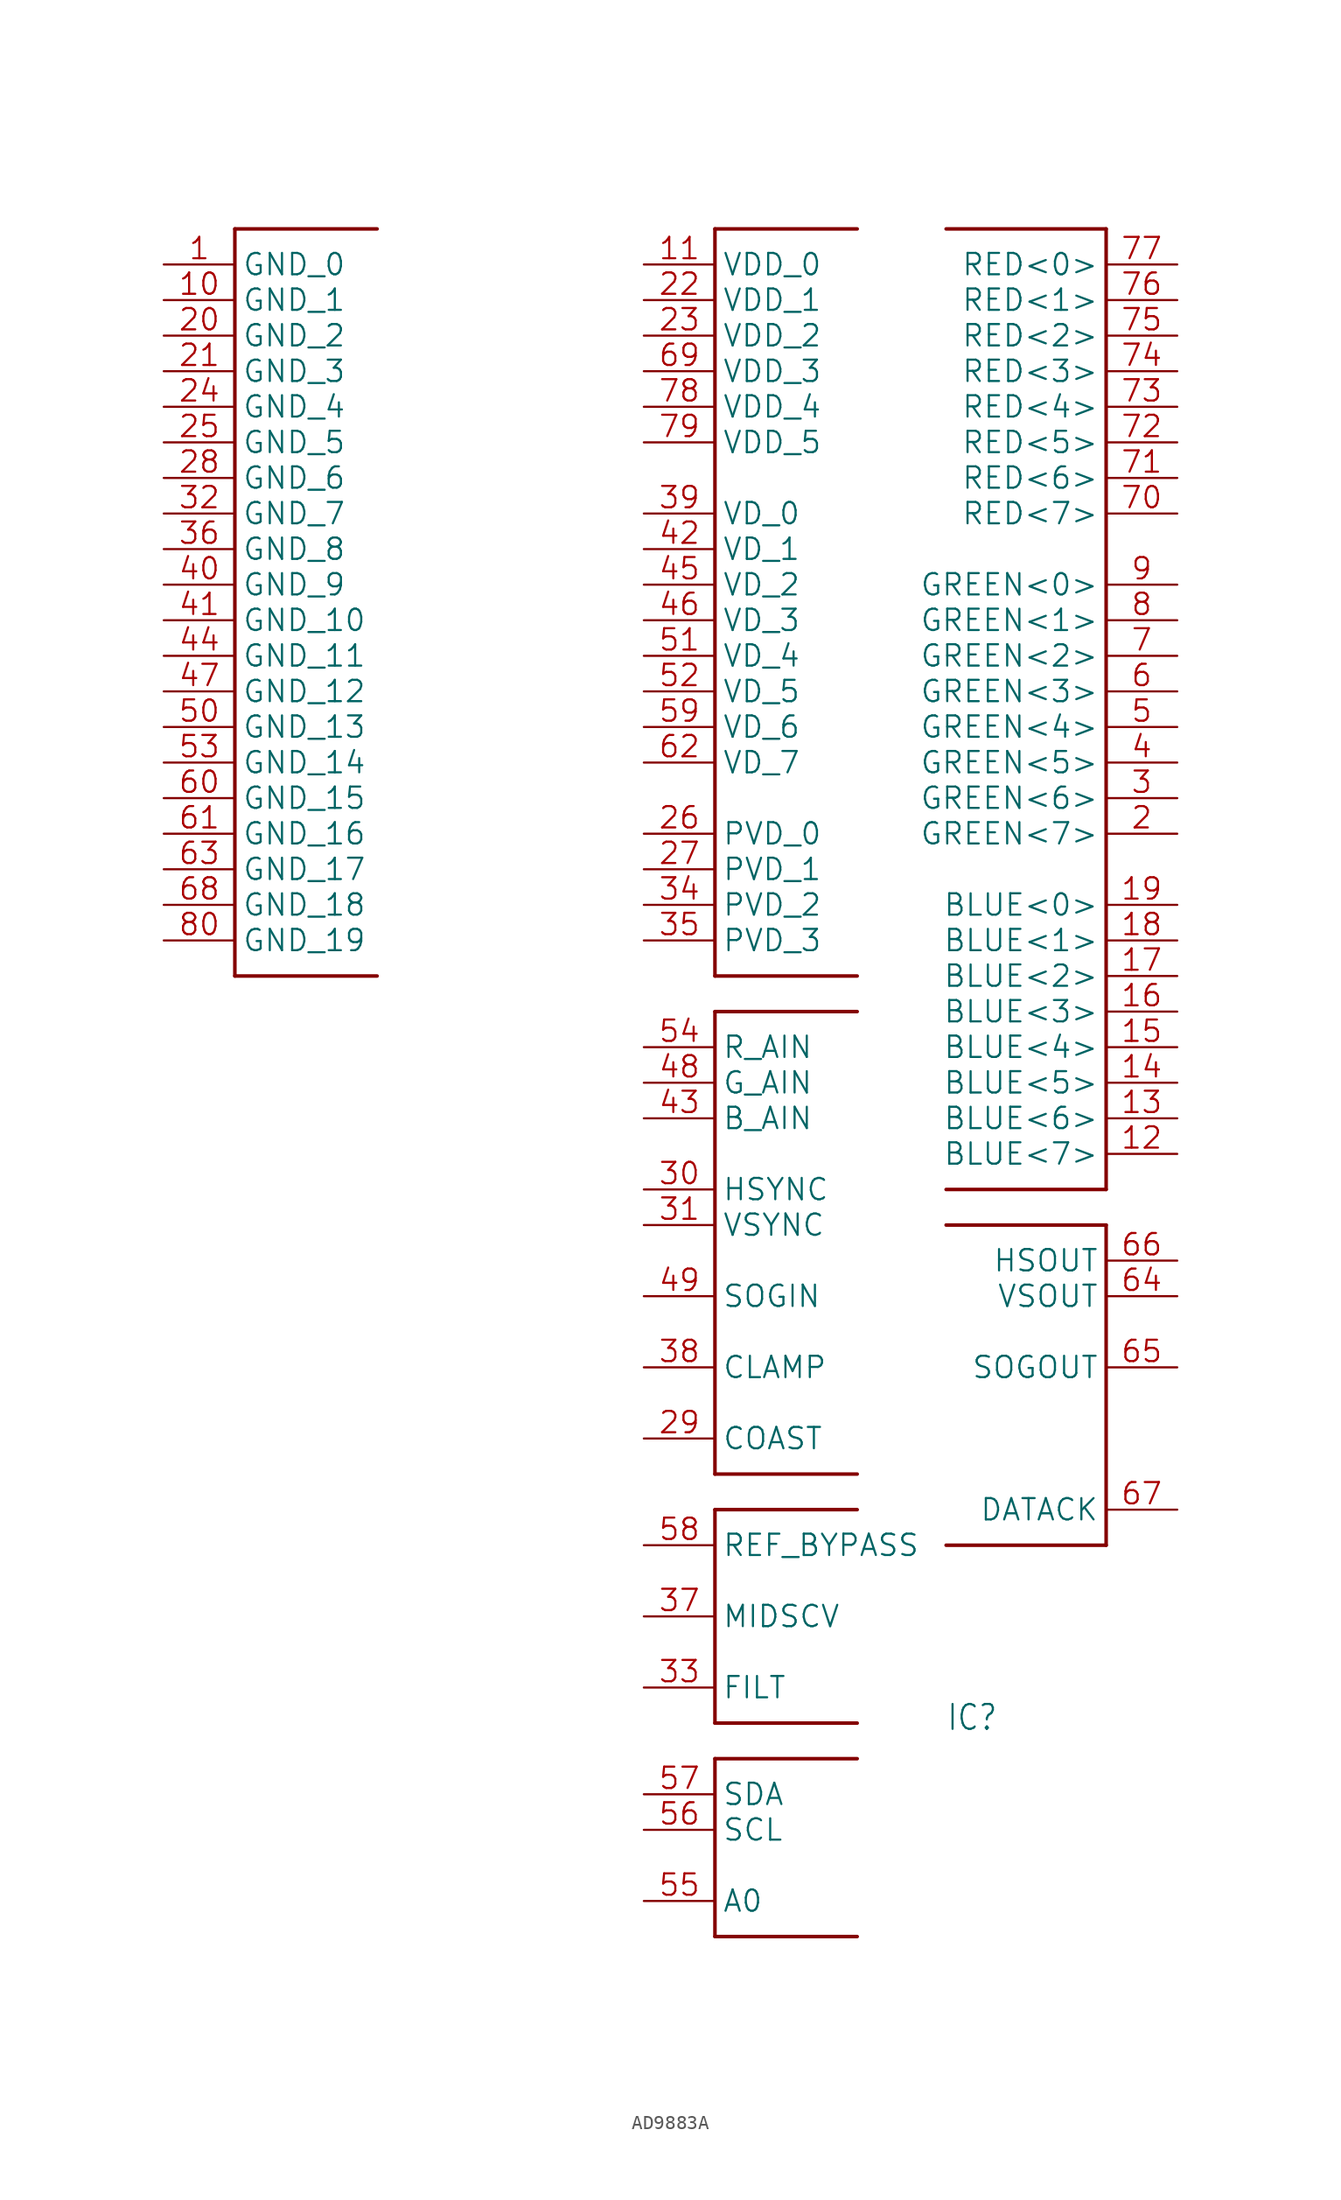
<source format=kicad_sym>
(kicad_symbol_lib
  (version 20241209)
  (generator "kicad_symbol_editor")
  (generator_version "9.0")
  (symbol "AD9883A"
    (property "Reference" "IC"
      (at 17.78 -56.515 0)
      (effects (font (size 1.778 1.511)) (justify left bottom)))
    (property "Value" ""
      (at 17.78 -58.42 0)
      (effects (font (size 1.778 1.511)) (justify left bottom)))
    (property "ki_locked" ""
      (at 0 0 0)
      (effects (font (size 1.27 1.27))))
    (symbol "AD9883A_1_0"
      (polyline (pts (xy -33.02 50.8) (xy -22.86 50.8)) (stroke (width 0.254) (type solid)) (fill (type none)))
      (polyline (pts (xy -33.02 -2.54) (xy -33.02 50.8)) (stroke (width 0.254) (type solid)) (fill (type none)))
      (polyline (pts (xy -22.86 -2.54) (xy -33.02 -2.54)) (stroke (width 0.254) (type solid)) (fill (type none)))
      (polyline (pts (xy 1.27 50.8) (xy 1.27 -2.54)) (stroke (width 0.254) (type solid)) (fill (type none)))
      (polyline (pts (xy 1.27 -2.54) (xy 11.43 -2.54)) (stroke (width 0.254) (type solid)) (fill (type none)))
      (polyline (pts (xy 1.27 -5.08) (xy 1.27 -38.1)) (stroke (width 0.254) (type solid)) (fill (type none)))
      (polyline (pts (xy 1.27 -38.1) (xy 11.43 -38.1)) (stroke (width 0.254) (type solid)) (fill (type none)))
      (polyline (pts (xy 1.27 -40.64) (xy 1.27 -55.88)) (stroke (width 0.254) (type solid)) (fill (type none)))
      (polyline (pts (xy 1.27 -55.88) (xy 11.43 -55.88)) (stroke (width 0.254) (type solid)) (fill (type none)))
      (polyline (pts (xy 1.27 -58.42) (xy 1.27 -71.12)) (stroke (width 0.254) (type solid)) (fill (type none)))
      (polyline (pts (xy 1.27 -71.12) (xy 11.43 -71.12)) (stroke (width 0.254) (type solid)) (fill (type none)))
      (polyline (pts (xy 11.43 50.8) (xy 1.27 50.8)) (stroke (width 0.254) (type solid)) (fill (type none)))
      (polyline (pts (xy 11.43 -5.08) (xy 1.27 -5.08)) (stroke (width 0.254) (type solid)) (fill (type none)))
      (polyline (pts (xy 11.43 -40.64) (xy 1.27 -40.64)) (stroke (width 0.254) (type solid)) (fill (type none)))
      (polyline (pts (xy 11.43 -58.42) (xy 1.27 -58.42)) (stroke (width 0.254) (type solid)) (fill (type none)))
      (polyline (pts (xy 17.78 50.8) (xy 29.21 50.8)) (stroke (width 0.254) (type solid)) (fill (type none)))
      (polyline (pts (xy 17.78 -20.32) (xy 29.21 -20.32)) (stroke (width 0.254) (type solid)) (fill (type none)))
      (polyline (pts (xy 29.21 50.8) (xy 29.21 -17.78)) (stroke (width 0.254) (type solid)) (fill (type none)))
      (polyline (pts (xy 29.21 -17.78) (xy 17.78 -17.78)) (stroke (width 0.254) (type solid)) (fill (type none)))
      (polyline (pts (xy 29.21 -20.32) (xy 29.21 -43.18)) (stroke (width 0.254) (type solid)) (fill (type none)))
      (polyline (pts (xy 29.21 -43.18) (xy 17.78 -43.18)) (stroke (width 0.254) (type solid)) (fill (type none)))
      (pin bidirectional line (at -38.1 48.26 0) (length 5.08) (name "GND_0" (effects (font (size 1.524 1.524)))) (number "1" (effects (font (size 1.524 1.524)))))
      (pin bidirectional line (at -38.1 45.72 0) (length 5.08) (name "GND_1" (effects (font (size 1.524 1.524)))) (number "10" (effects (font (size 1.524 1.524)))))
      (pin bidirectional line (at -38.1 43.18 0) (length 5.08) (name "GND_2" (effects (font (size 1.524 1.524)))) (number "20" (effects (font (size 1.524 1.524)))))
      (pin bidirectional line (at -38.1 40.64 0) (length 5.08) (name "GND_3" (effects (font (size 1.524 1.524)))) (number "21" (effects (font (size 1.524 1.524)))))
      (pin bidirectional line (at -38.1 38.1 0) (length 5.08) (name "GND_4" (effects (font (size 1.524 1.524)))) (number "24" (effects (font (size 1.524 1.524)))))
      (pin bidirectional line (at -38.1 35.56 0) (length 5.08) (name "GND_5" (effects (font (size 1.524 1.524)))) (number "25" (effects (font (size 1.524 1.524)))))
      (pin bidirectional line (at -38.1 33.02 0) (length 5.08) (name "GND_6" (effects (font (size 1.524 1.524)))) (number "28" (effects (font (size 1.524 1.524)))))
      (pin bidirectional line (at -38.1 30.48 0) (length 5.08) (name "GND_7" (effects (font (size 1.524 1.524)))) (number "32" (effects (font (size 1.524 1.524)))))
      (pin bidirectional line (at -38.1 27.94 0) (length 5.08) (name "GND_8" (effects (font (size 1.524 1.524)))) (number "36" (effects (font (size 1.524 1.524)))))
      (pin bidirectional line (at -38.1 25.4 0) (length 5.08) (name "GND_9" (effects (font (size 1.524 1.524)))) (number "40" (effects (font (size 1.524 1.524)))))
      (pin bidirectional line (at -38.1 22.86 0) (length 5.08) (name "GND_10" (effects (font (size 1.524 1.524)))) (number "41" (effects (font (size 1.524 1.524)))))
      (pin bidirectional line (at -38.1 20.32 0) (length 5.08) (name "GND_11" (effects (font (size 1.524 1.524)))) (number "44" (effects (font (size 1.524 1.524)))))
      (pin bidirectional line (at -38.1 17.78 0) (length 5.08) (name "GND_12" (effects (font (size 1.524 1.524)))) (number "47" (effects (font (size 1.524 1.524)))))
      (pin bidirectional line (at -38.1 15.24 0) (length 5.08) (name "GND_13" (effects (font (size 1.524 1.524)))) (number "50" (effects (font (size 1.524 1.524)))))
      (pin bidirectional line (at -38.1 12.7 0) (length 5.08) (name "GND_14" (effects (font (size 1.524 1.524)))) (number "53" (effects (font (size 1.524 1.524)))))
      (pin bidirectional line (at -38.1 10.16 0) (length 5.08) (name "GND_15" (effects (font (size 1.524 1.524)))) (number "60" (effects (font (size 1.524 1.524)))))
      (pin bidirectional line (at -38.1 7.62 0) (length 5.08) (name "GND_16" (effects (font (size 1.524 1.524)))) (number "61" (effects (font (size 1.524 1.524)))))
      (pin bidirectional line (at -38.1 5.08 0) (length 5.08) (name "GND_17" (effects (font (size 1.524 1.524)))) (number "63" (effects (font (size 1.524 1.524)))))
      (pin bidirectional line (at -38.1 2.54 0) (length 5.08) (name "GND_18" (effects (font (size 1.524 1.524)))) (number "68" (effects (font (size 1.524 1.524)))))
      (pin bidirectional line (at -38.1 0 0) (length 5.08) (name "GND_19" (effects (font (size 1.524 1.524)))) (number "80" (effects (font (size 1.524 1.524)))))
      (pin bidirectional line (at -3.81 48.26 0) (length 5.08) (name "VDD_0" (effects (font (size 1.524 1.524)))) (number "11" (effects (font (size 1.524 1.524)))))
      (pin bidirectional line (at -3.81 45.72 0) (length 5.08) (name "VDD_1" (effects (font (size 1.524 1.524)))) (number "22" (effects (font (size 1.524 1.524)))))
      (pin bidirectional line (at -3.81 43.18 0) (length 5.08) (name "VDD_2" (effects (font (size 1.524 1.524)))) (number "23" (effects (font (size 1.524 1.524)))))
      (pin bidirectional line (at -3.81 40.64 0) (length 5.08) (name "VDD_3" (effects (font (size 1.524 1.524)))) (number "69" (effects (font (size 1.524 1.524)))))
      (pin bidirectional line (at -3.81 38.1 0) (length 5.08) (name "VDD_4" (effects (font (size 1.524 1.524)))) (number "78" (effects (font (size 1.524 1.524)))))
      (pin bidirectional line (at -3.81 35.56 0) (length 5.08) (name "VDD_5" (effects (font (size 1.524 1.524)))) (number "79" (effects (font (size 1.524 1.524)))))
      (pin bidirectional line (at -3.81 30.48 0) (length 5.08) (name "VD_0" (effects (font (size 1.524 1.524)))) (number "39" (effects (font (size 1.524 1.524)))))
      (pin bidirectional line (at -3.81 27.94 0) (length 5.08) (name "VD_1" (effects (font (size 1.524 1.524)))) (number "42" (effects (font (size 1.524 1.524)))))
      (pin bidirectional line (at -3.81 25.4 0) (length 5.08) (name "VD_2" (effects (font (size 1.524 1.524)))) (number "45" (effects (font (size 1.524 1.524)))))
      (pin bidirectional line (at -3.81 22.86 0) (length 5.08) (name "VD_3" (effects (font (size 1.524 1.524)))) (number "46" (effects (font (size 1.524 1.524)))))
      (pin bidirectional line (at -3.81 20.32 0) (length 5.08) (name "VD_4" (effects (font (size 1.524 1.524)))) (number "51" (effects (font (size 1.524 1.524)))))
      (pin bidirectional line (at -3.81 17.78 0) (length 5.08) (name "VD_5" (effects (font (size 1.524 1.524)))) (number "52" (effects (font (size 1.524 1.524)))))
      (pin bidirectional line (at -3.81 15.24 0) (length 5.08) (name "VD_6" (effects (font (size 1.524 1.524)))) (number "59" (effects (font (size 1.524 1.524)))))
      (pin bidirectional line (at -3.81 12.7 0) (length 5.08) (name "VD_7" (effects (font (size 1.524 1.524)))) (number "62" (effects (font (size 1.524 1.524)))))
      (pin bidirectional line (at -3.81 7.62 0) (length 5.08) (name "PVD_0" (effects (font (size 1.524 1.524)))) (number "26" (effects (font (size 1.524 1.524)))))
      (pin bidirectional line (at -3.81 5.08 0) (length 5.08) (name "PVD_1" (effects (font (size 1.524 1.524)))) (number "27" (effects (font (size 1.524 1.524)))))
      (pin bidirectional line (at -3.81 2.54 0) (length 5.08) (name "PVD_2" (effects (font (size 1.524 1.524)))) (number "34" (effects (font (size 1.524 1.524)))))
      (pin bidirectional line (at -3.81 0 0) (length 5.08) (name "PVD_3" (effects (font (size 1.524 1.524)))) (number "35" (effects (font (size 1.524 1.524)))))
      (pin bidirectional line (at -3.81 -7.62 0) (length 5.08) (name "R_AIN" (effects (font (size 1.524 1.524)))) (number "54" (effects (font (size 1.524 1.524)))))
      (pin bidirectional line (at -3.81 -10.16 0) (length 5.08) (name "G_AIN" (effects (font (size 1.524 1.524)))) (number "48" (effects (font (size 1.524 1.524)))))
      (pin bidirectional line (at -3.81 -12.7 0) (length 5.08) (name "B_AIN" (effects (font (size 1.524 1.524)))) (number "43" (effects (font (size 1.524 1.524)))))
      (pin bidirectional line (at -3.81 -17.78 0) (length 5.08) (name "HSYNC" (effects (font (size 1.524 1.524)))) (number "30" (effects (font (size 1.524 1.524)))))
      (pin bidirectional line (at -3.81 -20.32 0) (length 5.08) (name "VSYNC" (effects (font (size 1.524 1.524)))) (number "31" (effects (font (size 1.524 1.524)))))
      (pin bidirectional line (at -3.81 -25.4 0) (length 5.08) (name "SOGIN" (effects (font (size 1.524 1.524)))) (number "49" (effects (font (size 1.524 1.524)))))
      (pin bidirectional line (at -3.81 -30.48 0) (length 5.08) (name "CLAMP" (effects (font (size 1.524 1.524)))) (number "38" (effects (font (size 1.524 1.524)))))
      (pin bidirectional line (at -3.81 -35.56 0) (length 5.08) (name "COAST" (effects (font (size 1.524 1.524)))) (number "29" (effects (font (size 1.524 1.524)))))
      (pin bidirectional line (at -3.81 -43.18 0) (length 5.08) (name "REF_BYPASS" (effects (font (size 1.524 1.524)))) (number "58" (effects (font (size 1.524 1.524)))))
      (pin bidirectional line (at -3.81 -48.26 0) (length 5.08) (name "MIDSCV" (effects (font (size 1.524 1.524)))) (number "37" (effects (font (size 1.524 1.524)))))
      (pin bidirectional line (at -3.81 -53.34 0) (length 5.08) (name "FILT" (effects (font (size 1.524 1.524)))) (number "33" (effects (font (size 1.524 1.524)))))
      (pin bidirectional line (at -3.81 -60.96 0) (length 5.08) (name "SDA" (effects (font (size 1.524 1.524)))) (number "57" (effects (font (size 1.524 1.524)))))
      (pin bidirectional line (at -3.81 -63.5 0) (length 5.08) (name "SCL" (effects (font (size 1.524 1.524)))) (number "56" (effects (font (size 1.524 1.524)))))
      (pin bidirectional line (at -3.81 -68.58 0) (length 5.08) (name "A0" (effects (font (size 1.524 1.524)))) (number "55" (effects (font (size 1.524 1.524)))))
      (pin bidirectional line (at 34.29 48.26 180) (length 5.08) (name "RED<0>" (effects (font (size 1.524 1.524)))) (number "77" (effects (font (size 1.524 1.524)))))
      (pin bidirectional line (at 34.29 45.72 180) (length 5.08) (name "RED<1>" (effects (font (size 1.524 1.524)))) (number "76" (effects (font (size 1.524 1.524)))))
      (pin bidirectional line (at 34.29 43.18 180) (length 5.08) (name "RED<2>" (effects (font (size 1.524 1.524)))) (number "75" (effects (font (size 1.524 1.524)))))
      (pin bidirectional line (at 34.29 40.64 180) (length 5.08) (name "RED<3>" (effects (font (size 1.524 1.524)))) (number "74" (effects (font (size 1.524 1.524)))))
      (pin bidirectional line (at 34.29 38.1 180) (length 5.08) (name "RED<4>" (effects (font (size 1.524 1.524)))) (number "73" (effects (font (size 1.524 1.524)))))
      (pin bidirectional line (at 34.29 35.56 180) (length 5.08) (name "RED<5>" (effects (font (size 1.524 1.524)))) (number "72" (effects (font (size 1.524 1.524)))))
      (pin bidirectional line (at 34.29 33.02 180) (length 5.08) (name "RED<6>" (effects (font (size 1.524 1.524)))) (number "71" (effects (font (size 1.524 1.524)))))
      (pin bidirectional line (at 34.29 30.48 180) (length 5.08) (name "RED<7>" (effects (font (size 1.524 1.524)))) (number "70" (effects (font (size 1.524 1.524)))))
      (pin bidirectional line (at 34.29 25.4 180) (length 5.08) (name "GREEN<0>" (effects (font (size 1.524 1.524)))) (number "9" (effects (font (size 1.524 1.524)))))
      (pin bidirectional line (at 34.29 22.86 180) (length 5.08) (name "GREEN<1>" (effects (font (size 1.524 1.524)))) (number "8" (effects (font (size 1.524 1.524)))))
      (pin bidirectional line (at 34.29 20.32 180) (length 5.08) (name "GREEN<2>" (effects (font (size 1.524 1.524)))) (number "7" (effects (font (size 1.524 1.524)))))
      (pin bidirectional line (at 34.29 17.78 180) (length 5.08) (name "GREEN<3>" (effects (font (size 1.524 1.524)))) (number "6" (effects (font (size 1.524 1.524)))))
      (pin bidirectional line (at 34.29 15.24 180) (length 5.08) (name "GREEN<4>" (effects (font (size 1.524 1.524)))) (number "5" (effects (font (size 1.524 1.524)))))
      (pin bidirectional line (at 34.29 12.7 180) (length 5.08) (name "GREEN<5>" (effects (font (size 1.524 1.524)))) (number "4" (effects (font (size 1.524 1.524)))))
      (pin bidirectional line (at 34.29 10.16 180) (length 5.08) (name "GREEN<6>" (effects (font (size 1.524 1.524)))) (number "3" (effects (font (size 1.524 1.524)))))
      (pin bidirectional line (at 34.29 7.62 180) (length 5.08) (name "GREEN<7>" (effects (font (size 1.524 1.524)))) (number "2" (effects (font (size 1.524 1.524)))))
      (pin bidirectional line (at 34.29 2.54 180) (length 5.08) (name "BLUE<0>" (effects (font (size 1.524 1.524)))) (number "19" (effects (font (size 1.524 1.524)))))
      (pin bidirectional line (at 34.29 0 180) (length 5.08) (name "BLUE<1>" (effects (font (size 1.524 1.524)))) (number "18" (effects (font (size 1.524 1.524)))))
      (pin bidirectional line (at 34.29 -2.54 180) (length 5.08) (name "BLUE<2>" (effects (font (size 1.524 1.524)))) (number "17" (effects (font (size 1.524 1.524)))))
      (pin bidirectional line (at 34.29 -5.08 180) (length 5.08) (name "BLUE<3>" (effects (font (size 1.524 1.524)))) (number "16" (effects (font (size 1.524 1.524)))))
      (pin bidirectional line (at 34.29 -7.62 180) (length 5.08) (name "BLUE<4>" (effects (font (size 1.524 1.524)))) (number "15" (effects (font (size 1.524 1.524)))))
      (pin bidirectional line (at 34.29 -10.16 180) (length 5.08) (name "BLUE<5>" (effects (font (size 1.524 1.524)))) (number "14" (effects (font (size 1.524 1.524)))))
      (pin bidirectional line (at 34.29 -12.7 180) (length 5.08) (name "BLUE<6>" (effects (font (size 1.524 1.524)))) (number "13" (effects (font (size 1.524 1.524)))))
      (pin bidirectional line (at 34.29 -15.24 180) (length 5.08) (name "BLUE<7>" (effects (font (size 1.524 1.524)))) (number "12" (effects (font (size 1.524 1.524)))))
      (pin bidirectional line (at 34.29 -22.86 180) (length 5.08) (name "HSOUT" (effects (font (size 1.524 1.524)))) (number "66" (effects (font (size 1.524 1.524)))))
      (pin bidirectional line (at 34.29 -25.4 180) (length 5.08) (name "VSOUT" (effects (font (size 1.524 1.524)))) (number "64" (effects (font (size 1.524 1.524)))))
      (pin bidirectional line (at 34.29 -30.48 180) (length 5.08) (name "SOGOUT" (effects (font (size 1.524 1.524)))) (number "65" (effects (font (size 1.524 1.524)))))
      (pin bidirectional line (at 34.29 -40.64 180) (length 5.08) (name "DATACK" (effects (font (size 1.524 1.524)))) (number "67" (effects (font (size 1.524 1.524))))))))
</source>
